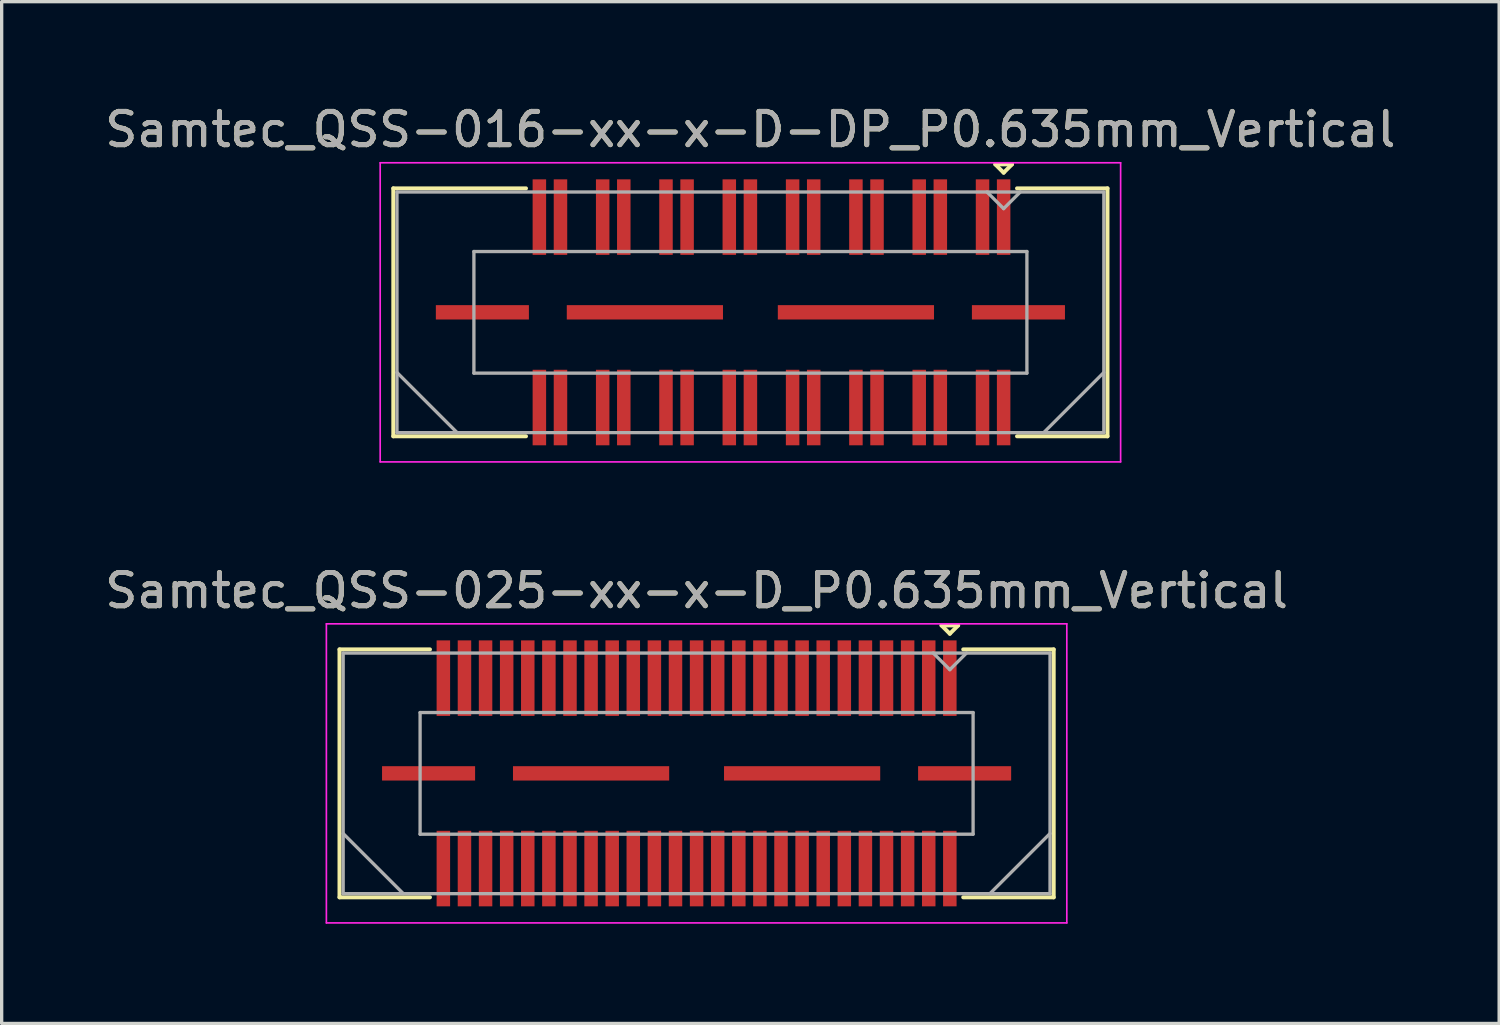
<source format=kicad_pcb>
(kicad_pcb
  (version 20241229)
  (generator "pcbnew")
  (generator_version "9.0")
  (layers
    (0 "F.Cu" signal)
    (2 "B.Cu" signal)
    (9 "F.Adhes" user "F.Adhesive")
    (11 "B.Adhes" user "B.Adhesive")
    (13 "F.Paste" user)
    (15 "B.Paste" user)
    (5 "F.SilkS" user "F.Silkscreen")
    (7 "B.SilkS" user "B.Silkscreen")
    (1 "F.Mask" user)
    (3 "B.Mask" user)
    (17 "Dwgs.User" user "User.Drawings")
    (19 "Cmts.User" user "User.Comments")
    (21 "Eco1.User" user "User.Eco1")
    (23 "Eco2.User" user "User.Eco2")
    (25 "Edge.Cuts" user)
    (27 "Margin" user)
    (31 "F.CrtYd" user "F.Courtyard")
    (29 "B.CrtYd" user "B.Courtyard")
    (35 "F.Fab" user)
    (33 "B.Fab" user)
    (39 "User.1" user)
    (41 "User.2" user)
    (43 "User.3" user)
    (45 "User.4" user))
  (footprint "Samtec_QSS-016-xx-x-D-DP_P0.635mm_Vertical"
    (layer "F.Cu")
    (at 19.53 6.348)
    (property "Reference" "Samtec_QSS-016-xx-x-D-DP_P0.635mm_Vertical" (at 0 -5.5 0) (layer "F.SilkS") (effects (font (size 1 1) (thickness 0.15))))
    (attr smd)
    (fp_line (start -10.745 -3.73) (end -6.753 -3.73) (stroke (width 0.12) (type solid)) (layer "F.SilkS"))
    (fp_line (start -10.745 3.73) (end -10.745 -3.73) (stroke (width 0.12) (type solid)) (layer "F.SilkS"))
    (fp_line (start -6.753 3.73) (end -10.745 3.73) (stroke (width 0.12) (type solid)) (layer "F.SilkS"))
    (fp_line (start 7.37 -4.452) (end 7.87 -4.452) (stroke (width 0.12) (type solid)) (layer "F.SilkS"))
    (fp_line (start 7.62 -4.202) (end 7.37 -4.452) (stroke (width 0.12) (type solid)) (layer "F.SilkS"))
    (fp_line (start 7.87 -4.452) (end 7.62 -4.202) (stroke (width 0.12) (type solid)) (layer "F.SilkS"))
    (fp_line (start 8.023 3.73) (end 10.745 3.73) (stroke (width 0.12) (type solid)) (layer "F.SilkS"))
    (fp_line (start 10.745 -3.73) (end 8.023 -3.73) (stroke (width 0.12) (type solid)) (layer "F.SilkS"))
    (fp_line (start 10.745 3.73) (end 10.745 -3.73) (stroke (width 0.12) (type solid)) (layer "F.SilkS"))
    (fp_line (start -11.14 -4.5) (end -11.14 4.5) (stroke (width 0.05) (type solid)) (layer "F.CrtYd"))
    (fp_line (start -11.14 4.5) (end 11.14 4.5) (stroke (width 0.05) (type solid)) (layer "F.CrtYd"))
    (fp_line (start 11.14 -4.5) (end -11.14 -4.5) (stroke (width 0.05) (type solid)) (layer "F.CrtYd"))
    (fp_line (start 11.14 4.5) (end 11.14 -4.5) (stroke (width 0.05) (type solid)) (layer "F.CrtYd"))
    (fp_line (start -10.635 -3.62) (end -10.635 3.62) (stroke (width 0.1) (type solid)) (layer "F.Fab"))
    (fp_line (start -10.635 1.81) (end -8.825 3.62) (stroke (width 0.1) (type solid)) (layer "F.Fab"))
    (fp_line (start -10.635 3.62) (end 10.635 3.62) (stroke (width 0.1) (type solid)) (layer "F.Fab"))
    (fp_line (start -8.32 -1.83) (end -8.32 1.83) (stroke (width 0.1) (type solid)) (layer "F.Fab"))
    (fp_line (start -8.32 1.83) (end 8.32 1.83) (stroke (width 0.1) (type solid)) (layer "F.Fab"))
    (fp_line (start 7.62 -3.12) (end 7.12 -3.62) (stroke (width 0.1) (type solid)) (layer "F.Fab"))
    (fp_line (start 8.12 -3.62) (end 7.62 -3.12) (stroke (width 0.1) (type solid)) (layer "F.Fab"))
    (fp_line (start 8.32 -1.83) (end -8.32 -1.83) (stroke (width 0.1) (type solid)) (layer "F.Fab"))
    (fp_line (start 8.32 1.83) (end 8.32 -1.83) (stroke (width 0.1) (type solid)) (layer "F.Fab"))
    (fp_line (start 10.635 -3.62) (end -10.635 -3.62) (stroke (width 0.1) (type solid)) (layer "F.Fab"))
    (fp_line (start 10.635 1.81) (end 8.825 3.62) (stroke (width 0.1) (type solid)) (layer "F.Fab"))
    (fp_line (start 10.635 3.62) (end 10.635 -3.62) (stroke (width 0.1) (type solid)) (layer "F.Fab"))
    (fp_text user "${REFERENCE}" (at 0 -5.5 0) (layer "F.Fab") (effects (font (size 1 1) (thickness 0.15))))
    (pad "1" smd rect (at 7.62 -2.865) (size 0.406 2.273) (layers "F.Cu" "F.Mask" "F.Paste"))
    (pad "2" smd rect (at 7.62 2.865) (size 0.406 2.273) (layers "F.Cu" "F.Mask" "F.Paste"))
    (pad "3" smd rect (at 6.985 -2.865) (size 0.406 2.273) (layers "F.Cu" "F.Mask" "F.Paste"))
    (pad "4" smd rect (at 6.985 2.865) (size 0.406 2.273) (layers "F.Cu" "F.Mask" "F.Paste"))
    (pad "5" smd rect (at 5.715 -2.865) (size 0.406 2.273) (layers "F.Cu" "F.Mask" "F.Paste"))
    (pad "6" smd rect (at 5.715 2.865) (size 0.406 2.273) (layers "F.Cu" "F.Mask" "F.Paste"))
    (pad "7" smd rect (at 5.08 -2.865) (size 0.406 2.273) (layers "F.Cu" "F.Mask" "F.Paste"))
    (pad "8" smd rect (at 5.08 2.865) (size 0.406 2.273) (layers "F.Cu" "F.Mask" "F.Paste"))
    (pad "9" smd rect (at 3.81 -2.865) (size 0.406 2.273) (layers "F.Cu" "F.Mask" "F.Paste"))
    (pad "10" smd rect (at 3.81 2.865) (size 0.406 2.273) (layers "F.Cu" "F.Mask" "F.Paste"))
    (pad "11" smd rect (at 3.175 -2.865) (size 0.406 2.273) (layers "F.Cu" "F.Mask" "F.Paste"))
    (pad "12" smd rect (at 3.175 2.865) (size 0.406 2.273) (layers "F.Cu" "F.Mask" "F.Paste"))
    (pad "13" smd rect (at 1.905 -2.865) (size 0.406 2.273) (layers "F.Cu" "F.Mask" "F.Paste"))
    (pad "14" smd rect (at 1.905 2.865) (size 0.406 2.273) (layers "F.Cu" "F.Mask" "F.Paste"))
    (pad "15" smd rect (at 1.27 -2.865) (size 0.406 2.273) (layers "F.Cu" "F.Mask" "F.Paste"))
    (pad "16" smd rect (at 1.27 2.865) (size 0.406 2.273) (layers "F.Cu" "F.Mask" "F.Paste"))
    (pad "17" smd rect (at 0 -2.865) (size 0.406 2.273) (layers "F.Cu" "F.Mask" "F.Paste"))
    (pad "18" smd rect (at 0 2.865) (size 0.406 2.273) (layers "F.Cu" "F.Mask" "F.Paste"))
    (pad "19" smd rect (at -0.635 -2.865) (size 0.406 2.273) (layers "F.Cu" "F.Mask" "F.Paste"))
    (pad "20" smd rect (at -0.635 2.865) (size 0.406 2.273) (layers "F.Cu" "F.Mask" "F.Paste"))
    (pad "21" smd rect (at -1.905 -2.865) (size 0.406 2.273) (layers "F.Cu" "F.Mask" "F.Paste"))
    (pad "22" smd rect (at -1.905 2.865) (size 0.406 2.273) (layers "F.Cu" "F.Mask" "F.Paste"))
    (pad "23" smd rect (at -2.54 -2.865) (size 0.406 2.273) (layers "F.Cu" "F.Mask" "F.Paste"))
    (pad "24" smd rect (at -2.54 2.865) (size 0.406 2.273) (layers "F.Cu" "F.Mask" "F.Paste"))
    (pad "25" smd rect (at -3.81 -2.865) (size 0.406 2.273) (layers "F.Cu" "F.Mask" "F.Paste"))
    (pad "26" smd rect (at -3.81 2.865) (size 0.406 2.273) (layers "F.Cu" "F.Mask" "F.Paste"))
    (pad "27" smd rect (at -4.445 -2.865) (size 0.406 2.273) (layers "F.Cu" "F.Mask" "F.Paste"))
    (pad "28" smd rect (at -4.445 2.865) (size 0.406 2.273) (layers "F.Cu" "F.Mask" "F.Paste"))
    (pad "29" smd rect (at -5.715 -2.865) (size 0.406 2.273) (layers "F.Cu" "F.Mask" "F.Paste"))
    (pad "30" smd rect (at -5.715 2.865) (size 0.406 2.273) (layers "F.Cu" "F.Mask" "F.Paste"))
    (pad "31" smd rect (at -6.35 -2.865) (size 0.406 2.273) (layers "F.Cu" "F.Mask" "F.Paste"))
    (pad "32" smd rect (at -6.35 2.865) (size 0.406 2.273) (layers "F.Cu" "F.Mask" "F.Paste"))
    (pad "P1" smd rect (at -8.065 0) (size 2.8 0.432) (layers "F.Cu" "F.Mask" "F.Paste"))
    (pad "P1" smd rect (at -3.175 0) (size 4.7 0.432) (layers "F.Cu" "F.Mask" "F.Paste"))
    (pad "P1" smd rect (at 3.175 0) (size 4.7 0.432) (layers "F.Cu" "F.Mask" "F.Paste"))
    (pad "P1" smd rect (at 8.065 0) (size 2.8 0.432) (layers "F.Cu" "F.Mask" "F.Paste")))
  (footprint "Samtec_QSS-025-xx-x-D_P0.635mm_Vertical"
    (layer "F.Cu")
    (at 17.911 20.221)
    (property "Reference" "Samtec_QSS-025-xx-x-D_P0.635mm_Vertical" (at 0 -5.5 0) (layer "F.SilkS") (effects (font (size 1 1) (thickness 0.15))))
    (attr smd)
    (fp_line (start -10.745 -3.73) (end -8.023 -3.73) (stroke (width 0.12) (type solid)) (layer "F.SilkS"))
    (fp_line (start -10.745 3.73) (end -10.745 -3.73) (stroke (width 0.12) (type solid)) (layer "F.SilkS"))
    (fp_line (start -8.023 3.73) (end -10.745 3.73) (stroke (width 0.12) (type solid)) (layer "F.SilkS"))
    (fp_line (start 7.37 -4.452) (end 7.87 -4.452) (stroke (width 0.12) (type solid)) (layer "F.SilkS"))
    (fp_line (start 7.62 -4.202) (end 7.37 -4.452) (stroke (width 0.12) (type solid)) (layer "F.SilkS"))
    (fp_line (start 7.87 -4.452) (end 7.62 -4.202) (stroke (width 0.12) (type solid)) (layer "F.SilkS"))
    (fp_line (start 8.023 3.73) (end 10.745 3.73) (stroke (width 0.12) (type solid)) (layer "F.SilkS"))
    (fp_line (start 10.745 -3.73) (end 8.023 -3.73) (stroke (width 0.12) (type solid)) (layer "F.SilkS"))
    (fp_line (start 10.745 3.73) (end 10.745 -3.73) (stroke (width 0.12) (type solid)) (layer "F.SilkS"))
    (fp_line (start -11.14 -4.5) (end -11.14 4.5) (stroke (width 0.05) (type solid)) (layer "F.CrtYd"))
    (fp_line (start -11.14 4.5) (end 11.14 4.5) (stroke (width 0.05) (type solid)) (layer "F.CrtYd"))
    (fp_line (start 11.14 -4.5) (end -11.14 -4.5) (stroke (width 0.05) (type solid)) (layer "F.CrtYd"))
    (fp_line (start 11.14 4.5) (end 11.14 -4.5) (stroke (width 0.05) (type solid)) (layer "F.CrtYd"))
    (fp_line (start -10.635 -3.62) (end -10.635 3.62) (stroke (width 0.1) (type solid)) (layer "F.Fab"))
    (fp_line (start -10.635 1.81) (end -8.825 3.62) (stroke (width 0.1) (type solid)) (layer "F.Fab"))
    (fp_line (start -10.635 3.62) (end 10.635 3.62) (stroke (width 0.1) (type solid)) (layer "F.Fab"))
    (fp_line (start -8.32 -1.83) (end -8.32 1.83) (stroke (width 0.1) (type solid)) (layer "F.Fab"))
    (fp_line (start -8.32 1.83) (end 8.32 1.83) (stroke (width 0.1) (type solid)) (layer "F.Fab"))
    (fp_line (start 7.62 -3.12) (end 7.12 -3.62) (stroke (width 0.1) (type solid)) (layer "F.Fab"))
    (fp_line (start 8.12 -3.62) (end 7.62 -3.12) (stroke (width 0.1) (type solid)) (layer "F.Fab"))
    (fp_line (start 8.32 -1.83) (end -8.32 -1.83) (stroke (width 0.1) (type solid)) (layer "F.Fab"))
    (fp_line (start 8.32 1.83) (end 8.32 -1.83) (stroke (width 0.1) (type solid)) (layer "F.Fab"))
    (fp_line (start 10.635 -3.62) (end -10.635 -3.62) (stroke (width 0.1) (type solid)) (layer "F.Fab"))
    (fp_line (start 10.635 1.81) (end 8.825 3.62) (stroke (width 0.1) (type solid)) (layer "F.Fab"))
    (fp_line (start 10.635 3.62) (end 10.635 -3.62) (stroke (width 0.1) (type solid)) (layer "F.Fab"))
    (fp_text user "${REFERENCE}" (at 0 -5.5 0) (layer "F.Fab") (effects (font (size 1 1) (thickness 0.15))))
    (pad "1" smd rect (at 7.62 -2.865) (size 0.406 2.273) (layers "F.Cu" "F.Mask" "F.Paste"))
    (pad "2" smd rect (at 7.62 2.865) (size 0.406 2.273) (layers "F.Cu" "F.Mask" "F.Paste"))
    (pad "3" smd rect (at 6.985 -2.865) (size 0.406 2.273) (layers "F.Cu" "F.Mask" "F.Paste"))
    (pad "4" smd rect (at 6.985 2.865) (size 0.406 2.273) (layers "F.Cu" "F.Mask" "F.Paste"))
    (pad "5" smd rect (at 6.35 -2.865) (size 0.406 2.273) (layers "F.Cu" "F.Mask" "F.Paste"))
    (pad "6" smd rect (at 6.35 2.865) (size 0.406 2.273) (layers "F.Cu" "F.Mask" "F.Paste"))
    (pad "7" smd rect (at 5.715 -2.865) (size 0.406 2.273) (layers "F.Cu" "F.Mask" "F.Paste"))
    (pad "8" smd rect (at 5.715 2.865) (size 0.406 2.273) (layers "F.Cu" "F.Mask" "F.Paste"))
    (pad "9" smd rect (at 5.08 -2.865) (size 0.406 2.273) (layers "F.Cu" "F.Mask" "F.Paste"))
    (pad "10" smd rect (at 5.08 2.865) (size 0.406 2.273) (layers "F.Cu" "F.Mask" "F.Paste"))
    (pad "11" smd rect (at 4.445 -2.865) (size 0.406 2.273) (layers "F.Cu" "F.Mask" "F.Paste"))
    (pad "12" smd rect (at 4.445 2.865) (size 0.406 2.273) (layers "F.Cu" "F.Mask" "F.Paste"))
    (pad "13" smd rect (at 3.81 -2.865) (size 0.406 2.273) (layers "F.Cu" "F.Mask" "F.Paste"))
    (pad "14" smd rect (at 3.81 2.865) (size 0.406 2.273) (layers "F.Cu" "F.Mask" "F.Paste"))
    (pad "15" smd rect (at 3.175 -2.865) (size 0.406 2.273) (layers "F.Cu" "F.Mask" "F.Paste"))
    (pad "16" smd rect (at 3.175 2.865) (size 0.406 2.273) (layers "F.Cu" "F.Mask" "F.Paste"))
    (pad "17" smd rect (at 2.54 -2.865) (size 0.406 2.273) (layers "F.Cu" "F.Mask" "F.Paste"))
    (pad "18" smd rect (at 2.54 2.865) (size 0.406 2.273) (layers "F.Cu" "F.Mask" "F.Paste"))
    (pad "19" smd rect (at 1.905 -2.865) (size 0.406 2.273) (layers "F.Cu" "F.Mask" "F.Paste"))
    (pad "20" smd rect (at 1.905 2.865) (size 0.406 2.273) (layers "F.Cu" "F.Mask" "F.Paste"))
    (pad "21" smd rect (at 1.27 -2.865) (size 0.406 2.273) (layers "F.Cu" "F.Mask" "F.Paste"))
    (pad "22" smd rect (at 1.27 2.865) (size 0.406 2.273) (layers "F.Cu" "F.Mask" "F.Paste"))
    (pad "23" smd rect (at 0.635 -2.865) (size 0.406 2.273) (layers "F.Cu" "F.Mask" "F.Paste"))
    (pad "24" smd rect (at 0.635 2.865) (size 0.406 2.273) (layers "F.Cu" "F.Mask" "F.Paste"))
    (pad "25" smd rect (at 0 -2.865) (size 0.406 2.273) (layers "F.Cu" "F.Mask" "F.Paste"))
    (pad "26" smd rect (at 0 2.865) (size 0.406 2.273) (layers "F.Cu" "F.Mask" "F.Paste"))
    (pad "27" smd rect (at -0.635 -2.865) (size 0.406 2.273) (layers "F.Cu" "F.Mask" "F.Paste"))
    (pad "28" smd rect (at -0.635 2.865) (size 0.406 2.273) (layers "F.Cu" "F.Mask" "F.Paste"))
    (pad "29" smd rect (at -1.27 -2.865) (size 0.406 2.273) (layers "F.Cu" "F.Mask" "F.Paste"))
    (pad "30" smd rect (at -1.27 2.865) (size 0.406 2.273) (layers "F.Cu" "F.Mask" "F.Paste"))
    (pad "31" smd rect (at -1.905 -2.865) (size 0.406 2.273) (layers "F.Cu" "F.Mask" "F.Paste"))
    (pad "32" smd rect (at -1.905 2.865) (size 0.406 2.273) (layers "F.Cu" "F.Mask" "F.Paste"))
    (pad "33" smd rect (at -2.54 -2.865) (size 0.406 2.273) (layers "F.Cu" "F.Mask" "F.Paste"))
    (pad "34" smd rect (at -2.54 2.865) (size 0.406 2.273) (layers "F.Cu" "F.Mask" "F.Paste"))
    (pad "35" smd rect (at -3.175 -2.865) (size 0.406 2.273) (layers "F.Cu" "F.Mask" "F.Paste"))
    (pad "36" smd rect (at -3.175 2.865) (size 0.406 2.273) (layers "F.Cu" "F.Mask" "F.Paste"))
    (pad "37" smd rect (at -3.81 -2.865) (size 0.406 2.273) (layers "F.Cu" "F.Mask" "F.Paste"))
    (pad "38" smd rect (at -3.81 2.865) (size 0.406 2.273) (layers "F.Cu" "F.Mask" "F.Paste"))
    (pad "39" smd rect (at -4.445 -2.865) (size 0.406 2.273) (layers "F.Cu" "F.Mask" "F.Paste"))
    (pad "40" smd rect (at -4.445 2.865) (size 0.406 2.273) (layers "F.Cu" "F.Mask" "F.Paste"))
    (pad "41" smd rect (at -5.08 -2.865) (size 0.406 2.273) (layers "F.Cu" "F.Mask" "F.Paste"))
    (pad "42" smd rect (at -5.08 2.865) (size 0.406 2.273) (layers "F.Cu" "F.Mask" "F.Paste"))
    (pad "43" smd rect (at -5.715 -2.865) (size 0.406 2.273) (layers "F.Cu" "F.Mask" "F.Paste"))
    (pad "44" smd rect (at -5.715 2.865) (size 0.406 2.273) (layers "F.Cu" "F.Mask" "F.Paste"))
    (pad "45" smd rect (at -6.35 -2.865) (size 0.406 2.273) (layers "F.Cu" "F.Mask" "F.Paste"))
    (pad "46" smd rect (at -6.35 2.865) (size 0.406 2.273) (layers "F.Cu" "F.Mask" "F.Paste"))
    (pad "47" smd rect (at -6.985 -2.865) (size 0.406 2.273) (layers "F.Cu" "F.Mask" "F.Paste"))
    (pad "48" smd rect (at -6.985 2.865) (size 0.406 2.273) (layers "F.Cu" "F.Mask" "F.Paste"))
    (pad "49" smd rect (at -7.62 -2.865) (size 0.406 2.273) (layers "F.Cu" "F.Mask" "F.Paste"))
    (pad "50" smd rect (at -7.62 2.865) (size 0.406 2.273) (layers "F.Cu" "F.Mask" "F.Paste"))
    (pad "P1" smd rect (at -8.065 0) (size 2.8 0.432) (layers "F.Cu" "F.Mask" "F.Paste"))
    (pad "P1" smd rect (at -3.175 0) (size 4.7 0.432) (layers "F.Cu" "F.Mask" "F.Paste"))
    (pad "P1" smd rect (at 3.175 0) (size 4.7 0.432) (layers "F.Cu" "F.Mask" "F.Paste"))
    (pad "P1" smd rect (at 8.065 0) (size 2.8 0.432) (layers "F.Cu" "F.Mask" "F.Paste")))
  (gr_rect
    (start -3 -3)
    (end 42.06 27.747)
    (stroke (width 0.1) (type default))
    (fill no)
    (layer "Edge.Cuts")))
</source>
